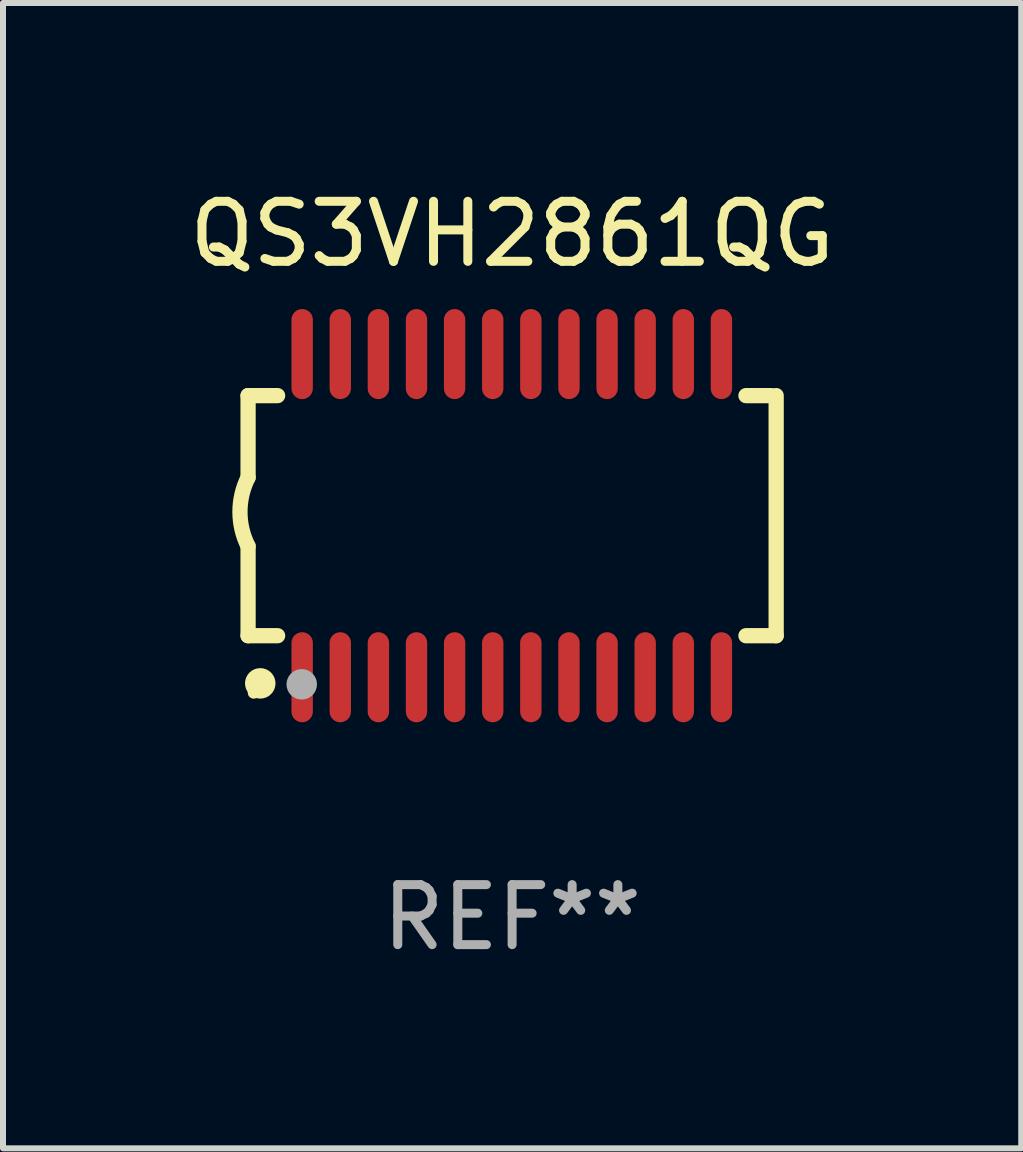
<source format=kicad_pcb>
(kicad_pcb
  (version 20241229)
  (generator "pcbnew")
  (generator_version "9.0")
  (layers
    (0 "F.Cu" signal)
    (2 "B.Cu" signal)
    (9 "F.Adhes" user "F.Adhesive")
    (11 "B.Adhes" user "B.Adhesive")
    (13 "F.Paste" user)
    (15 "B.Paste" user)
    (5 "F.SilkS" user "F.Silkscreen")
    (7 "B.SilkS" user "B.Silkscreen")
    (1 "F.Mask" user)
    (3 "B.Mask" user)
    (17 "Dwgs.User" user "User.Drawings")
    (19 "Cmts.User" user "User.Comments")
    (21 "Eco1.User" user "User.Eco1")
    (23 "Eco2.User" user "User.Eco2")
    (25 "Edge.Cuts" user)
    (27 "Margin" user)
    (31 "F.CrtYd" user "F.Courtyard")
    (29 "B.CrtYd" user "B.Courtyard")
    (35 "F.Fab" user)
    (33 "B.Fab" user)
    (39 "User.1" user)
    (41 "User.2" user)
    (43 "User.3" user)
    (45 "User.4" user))
  (footprint "QS3VH2861QG"
    (layer "F.Cu")
    (at 5.482 5.541)
    (property "Reference" "QS3VH2861QG" (at 0 -4.692 0) (layer "F.SilkS") (effects (font (size 1 1) (thickness 0.15))))
    (attr through_hole)
    (fp_line (start -4.399 -2) (end -4.399 -0.635) (stroke (width 0.254) (type solid)) (layer "F.SilkS"))
    (fp_line (start -4.399 -2) (end -3.907 -2) (stroke (width 0.254) (type solid)) (layer "F.SilkS"))
    (fp_line (start -4.399 2) (end -4.399 0.508) (stroke (width 0.254) (type solid)) (layer "F.SilkS"))
    (fp_line (start -4.399 2) (end -3.907 2) (stroke (width 0.254) (type solid)) (layer "F.SilkS"))
    (fp_line (start 3.896 -2) (end 4.313 -2) (stroke (width 0.254) (type solid)) (layer "F.SilkS"))
    (fp_line (start 3.896 2) (end 4.399 2) (stroke (width 0.254) (type solid)) (layer "F.SilkS"))
    (fp_line (start 4.399 2) (end 4.399 -2) (stroke (width 0.254) (type solid)) (layer "F.SilkS"))
    (fp_arc (start -4.399301 0.508001) (mid -4.534214 -0.0635) (end -4.399301 -0.635001) (stroke (width 0.254001) (type solid)) (layer "F.SilkS"))
    (fp_circle (center -4.305 2.95) (end -4.255 2.95) (stroke (width 0.1) (type solid)) (fill no) (layer "F.SilkS"))
    (fp_circle (center -4.196 2.794) (end -4.069 2.794) (stroke (width 0.254) (type solid)) (fill no) (layer "F.SilkS"))
    (fp_circle (center -3.505 2.81) (end -3.378 2.81) (stroke (width 0.254) (type solid)) (fill no) (layer "F.Fab"))
    (fp_text user "REF**" (at 0 6.692 0) (layer "F.Fab") (effects (font (size 1 1) (thickness 0.15))))
    (pad "1" smd oval (at -3.498 2.692 90) (size 1.5 0.356) (layers "F.Cu" "F.Mask" "F.Paste"))
    (pad "2" smd oval (at -2.863 2.692 90) (size 1.5 0.356) (layers "F.Cu" "F.Mask" "F.Paste"))
    (pad "3" smd oval (at -2.228 2.692 90) (size 1.5 0.356) (layers "F.Cu" "F.Mask" "F.Paste"))
    (pad "4" smd oval (at -1.593 2.692 90) (size 1.5 0.356) (layers "F.Cu" "F.Mask" "F.Paste"))
    (pad "5" smd oval (at -0.958 2.692 90) (size 1.5 0.356) (layers "F.Cu" "F.Mask" "F.Paste"))
    (pad "6" smd oval (at -0.323 2.692 90) (size 1.5 0.356) (layers "F.Cu" "F.Mask" "F.Paste"))
    (pad "7" smd oval (at 0.312 2.692 90) (size 1.5 0.356) (layers "F.Cu" "F.Mask" "F.Paste"))
    (pad "8" smd oval (at 0.947 2.692 90) (size 1.5 0.356) (layers "F.Cu" "F.Mask" "F.Paste"))
    (pad "9" smd oval (at 1.582 2.692 90) (size 1.5 0.356) (layers "F.Cu" "F.Mask" "F.Paste"))
    (pad "10" smd oval (at 2.217 2.692 90) (size 1.5 0.356) (layers "F.Cu" "F.Mask" "F.Paste"))
    (pad "11" smd oval (at 2.852 2.692 90) (size 1.5 0.356) (layers "F.Cu" "F.Mask" "F.Paste"))
    (pad "12" smd oval (at 3.487 2.692 90) (size 1.5 0.356) (layers "F.Cu" "F.Mask" "F.Paste"))
    (pad "13" smd oval (at 3.487 -2.692 90) (size 1.5 0.356) (layers "F.Cu" "F.Mask" "F.Paste"))
    (pad "14" smd oval (at 2.852 -2.692 90) (size 1.5 0.356) (layers "F.Cu" "F.Mask" "F.Paste"))
    (pad "15" smd oval (at 2.217 -2.692 90) (size 1.5 0.356) (layers "F.Cu" "F.Mask" "F.Paste"))
    (pad "16" smd oval (at 1.582 -2.692 90) (size 1.5 0.356) (layers "F.Cu" "F.Mask" "F.Paste"))
    (pad "17" smd oval (at 0.947 -2.692 90) (size 1.5 0.356) (layers "F.Cu" "F.Mask" "F.Paste"))
    (pad "18" smd oval (at 0.312 -2.692 90) (size 1.5 0.356) (layers "F.Cu" "F.Mask" "F.Paste"))
    (pad "19" smd oval (at -0.323 -2.692 90) (size 1.5 0.356) (layers "F.Cu" "F.Mask" "F.Paste"))
    (pad "20" smd oval (at -0.958 -2.692 90) (size 1.5 0.356) (layers "F.Cu" "F.Mask" "F.Paste"))
    (pad "21" smd oval (at -1.593 -2.692 90) (size 1.5 0.356) (layers "F.Cu" "F.Mask" "F.Paste"))
    (pad "22" smd oval (at -2.228 -2.692 90) (size 1.5 0.356) (layers "F.Cu" "F.Mask" "F.Paste"))
    (pad "23" smd oval (at -2.863 -2.692 90) (size 1.5 0.356) (layers "F.Cu" "F.Mask" "F.Paste"))
    (pad "24" smd oval (at -3.498 -2.692 90) (size 1.5 0.356) (layers "F.Cu" "F.Mask" "F.Paste")))
  (gr_rect
    (start -3 -3)
    (end 13.964 16.081)
    (stroke (width 0.1) (type default))
    (fill no)
    (layer "Edge.Cuts")))
</source>
